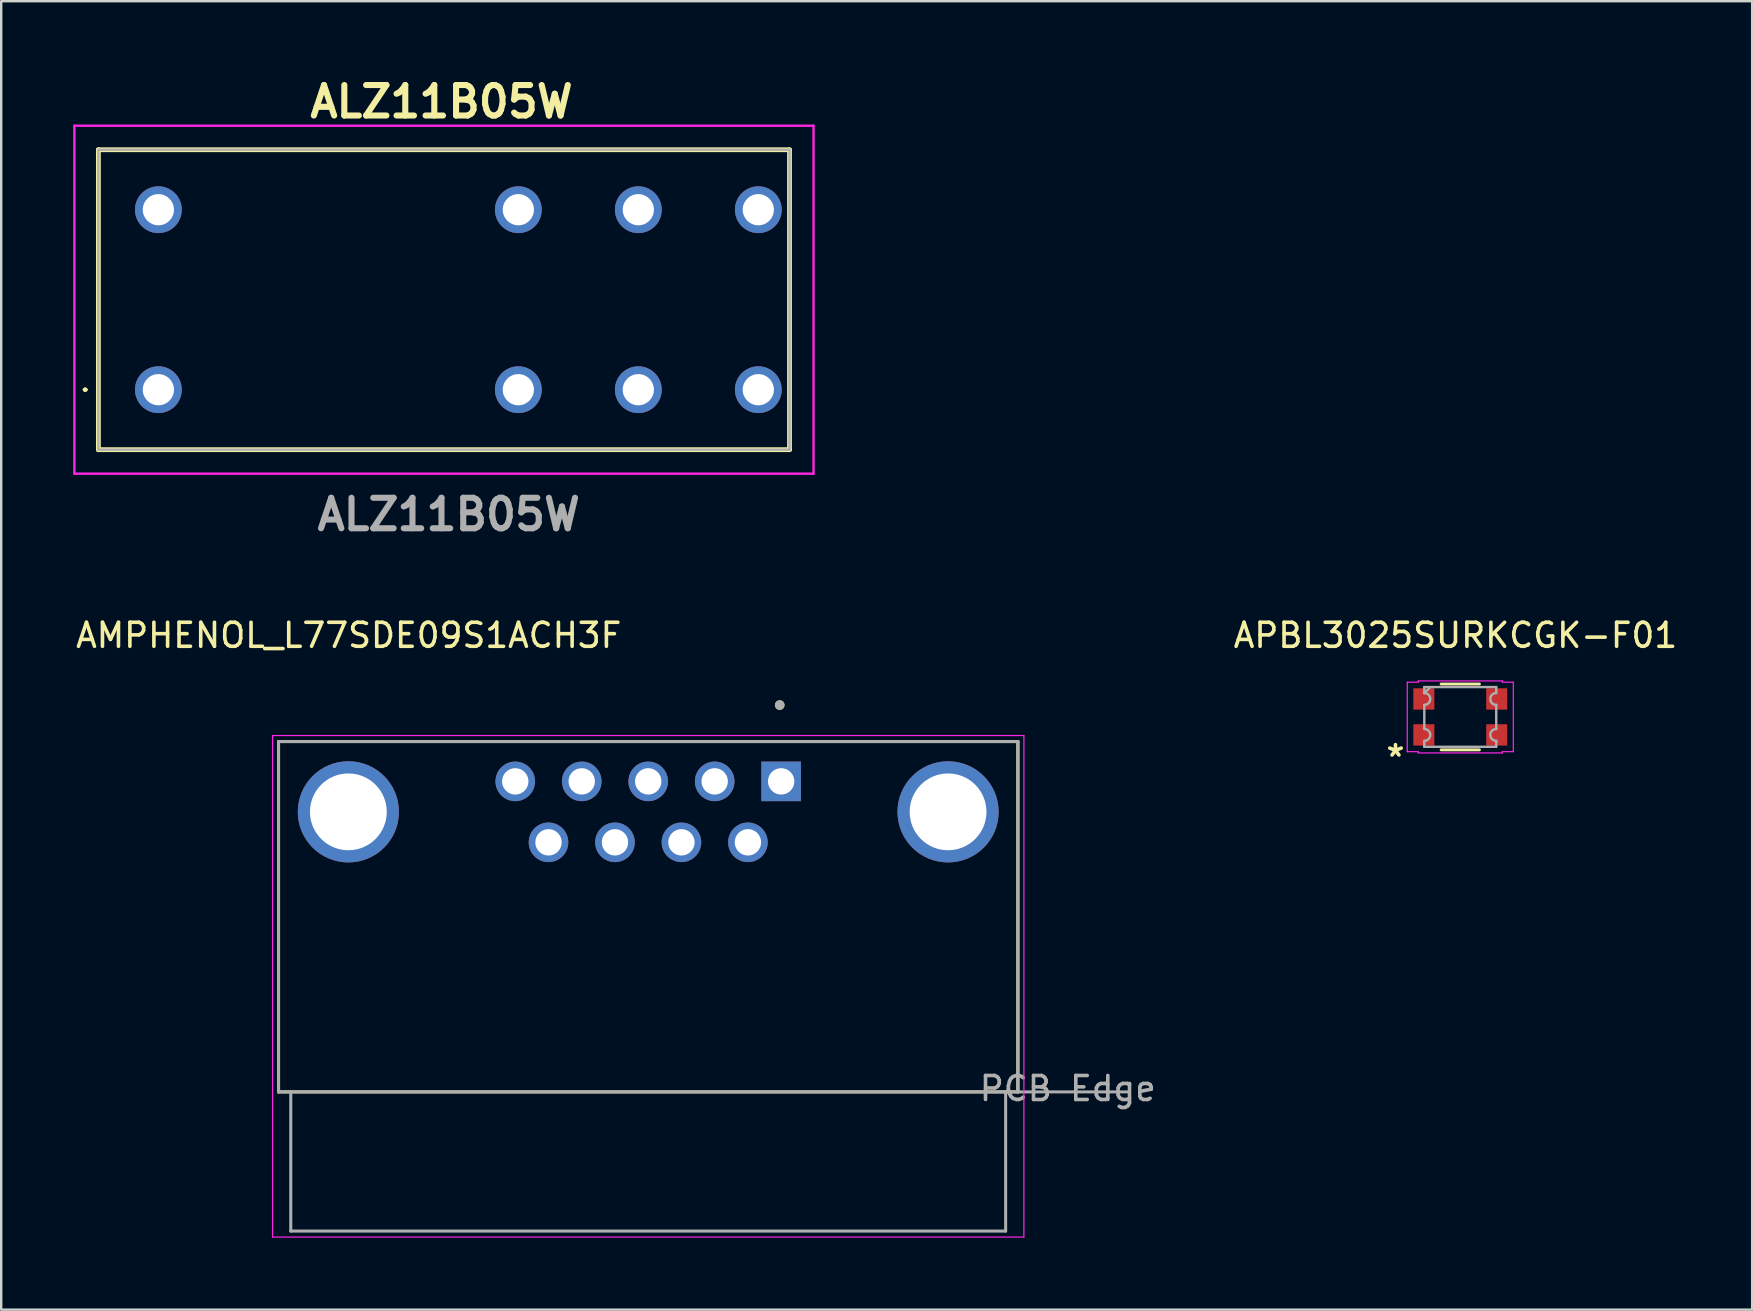
<source format=kicad_pcb>
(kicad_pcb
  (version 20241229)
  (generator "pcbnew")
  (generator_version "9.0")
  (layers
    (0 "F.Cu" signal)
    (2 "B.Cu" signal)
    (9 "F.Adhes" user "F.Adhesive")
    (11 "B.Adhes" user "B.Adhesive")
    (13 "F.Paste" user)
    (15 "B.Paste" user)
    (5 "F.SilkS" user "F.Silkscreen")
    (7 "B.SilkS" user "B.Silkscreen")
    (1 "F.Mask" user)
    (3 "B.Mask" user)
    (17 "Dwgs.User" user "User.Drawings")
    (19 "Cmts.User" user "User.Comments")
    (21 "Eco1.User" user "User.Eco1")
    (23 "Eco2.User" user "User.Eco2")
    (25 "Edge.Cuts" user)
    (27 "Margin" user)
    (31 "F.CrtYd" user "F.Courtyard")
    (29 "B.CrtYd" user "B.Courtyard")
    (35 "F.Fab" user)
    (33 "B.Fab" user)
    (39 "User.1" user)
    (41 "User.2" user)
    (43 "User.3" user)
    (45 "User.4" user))
  (footprint "ALZ11B05W"
    (layer "F.Cu")
    (at 3.55 13.189)
    (property "Reference" "ALZ11B05W" (at 11.8 -12 0) (layer "F.SilkS") (effects (font (size 1.27 1.27) (thickness 0.254))))
    (attr through_hole)
    (fp_line (start -3.1 0) (end -3.1 0) (stroke (width 0.1) (type solid)) (layer "F.SilkS"))
    (fp_line (start -3 0) (end -3 0) (stroke (width 0.1) (type solid)) (layer "F.SilkS"))
    (fp_line (start -2.5 -10) (end 26.3 -10) (stroke (width 0.2) (type solid)) (layer "F.SilkS"))
    (fp_line (start -2.5 2.5) (end -2.5 -10) (stroke (width 0.2) (type solid)) (layer "F.SilkS"))
    (fp_line (start 26.3 -10) (end 26.3 2.5) (stroke (width 0.2) (type solid)) (layer "F.SilkS"))
    (fp_line (start 26.3 2.5) (end -2.5 2.5) (stroke (width 0.2) (type solid)) (layer "F.SilkS"))
    (fp_arc (start -3.1 0) (mid -3.05 -0.05) (end -3 0) (stroke (width 0.1) (type solid)) (layer "F.SilkS"))
    (fp_arc (start -3 0) (mid -3.05 0.05) (end -3.1 0) (stroke (width 0.1) (type solid)) (layer "F.SilkS"))
    (fp_line (start -3.5 -11) (end 27.3 -11) (stroke (width 0.1) (type solid)) (layer "F.CrtYd"))
    (fp_line (start -3.5 3.5) (end -3.5 -11) (stroke (width 0.1) (type solid)) (layer "F.CrtYd"))
    (fp_line (start 27.3 -11) (end 27.3 3.5) (stroke (width 0.1) (type solid)) (layer "F.CrtYd"))
    (fp_line (start 27.3 3.5) (end -3.5 3.5) (stroke (width 0.1) (type solid)) (layer "F.CrtYd"))
    (fp_line (start -2.5 -10) (end -2.5 2.5) (stroke (width 0.1) (type solid)) (layer "F.Fab"))
    (fp_line (start -2.5 2.5) (end 26.3 2.5) (stroke (width 0.1) (type solid)) (layer "F.Fab"))
    (fp_line (start 26.3 -10) (end -2.5 -10) (stroke (width 0.1) (type solid)) (layer "F.Fab"))
    (fp_line (start 26.3 2.5) (end 26.3 -10) (stroke (width 0.1) (type solid)) (layer "F.Fab"))
    (fp_text user "${REFERENCE}" (at 12.1 5.2 0) (layer "F.Fab") (effects (font (size 1.27 1.27) (thickness 0.254))))
    (pad "1" thru_hole circle (at 0 0) (size 1.95 1.95) (drill 1.3) (layers "*.Cu" "*.Mask"))
    (pad "2" thru_hole circle (at 15 0) (size 1.95 1.95) (drill 1.3) (layers "*.Cu" "*.Mask"))
    (pad "3" thru_hole circle (at 20 0) (size 1.95 1.95) (drill 1.3) (layers "*.Cu" "*.Mask"))
    (pad "4" thru_hole circle (at 25 0) (size 1.95 1.95) (drill 1.3) (layers "*.Cu" "*.Mask"))
    (pad "5" thru_hole circle (at 25 -7.5) (size 1.95 1.95) (drill 1.3) (layers "*.Cu" "*.Mask"))
    (pad "6" thru_hole circle (at 20 -7.5) (size 1.95 1.95) (drill 1.3) (layers "*.Cu" "*.Mask"))
    (pad "7" thru_hole circle (at 15 -7.5) (size 1.95 1.95) (drill 1.3) (layers "*.Cu" "*.Mask"))
    (pad "8" thru_hole circle (at 0 -7.5) (size 1.95 1.95) (drill 1.3) (layers "*.Cu" "*.Mask")))
  (footprint "AMPHENOL_L77SDE09S1ACH3F"
    (layer "F.Cu")
    (at 23.962 30.781)
    (property "Reference" "AMPHENOL_L77SDE09S1ACH3F" (at -12.48 -7.355 0) (layer "F.SilkS") (effects (font (size 1 1) (thickness 0.15))))
    (attr through_hole)
    (fp_line (start -15.405 -2.93) (end 15.405 -2.93) (stroke (width 0.127) (type solid)) (layer "F.SilkS"))
    (fp_line (start -15.405 11.67) (end -15.405 -2.93) (stroke (width 0.127) (type solid)) (layer "F.SilkS"))
    (fp_line (start -15.405 11.67) (end 15.405 11.67) (stroke (width 0.127) (type solid)) (layer "F.SilkS"))
    (fp_line (start 15.405 11.67) (end 15.405 -2.93) (stroke (width 0.127) (type solid)) (layer "F.SilkS"))
    (fp_circle (center 5.48 -4.45) (end 5.58 -4.45) (stroke (width 0.2) (type solid)) (fill no) (layer "F.SilkS"))
    (fp_line (start -15.655 -3.18) (end -15.655 17.72) (stroke (width 0.05) (type solid)) (layer "F.CrtYd"))
    (fp_line (start -15.655 17.72) (end 15.655 17.72) (stroke (width 0.05) (type solid)) (layer "F.CrtYd"))
    (fp_line (start 15.655 -3.18) (end -15.655 -3.18) (stroke (width 0.05) (type solid)) (layer "F.CrtYd"))
    (fp_line (start 15.655 17.72) (end 15.655 -3.18) (stroke (width 0.05) (type solid)) (layer "F.CrtYd"))
    (fp_line (start -15.405 -2.93) (end 15.405 -2.93) (stroke (width 0.127) (type solid)) (layer "F.Fab"))
    (fp_line (start -15.405 11.67) (end -15.405 -2.93) (stroke (width 0.127) (type solid)) (layer "F.Fab"))
    (fp_line (start -15.405 11.67) (end -14.895 11.67) (stroke (width 0.127) (type solid)) (layer "F.Fab"))
    (fp_line (start -14.895 11.67) (end -14.895 17.47) (stroke (width 0.127) (type solid)) (layer "F.Fab"))
    (fp_line (start -14.895 11.67) (end 14.895 11.67) (stroke (width 0.127) (type solid)) (layer "F.Fab"))
    (fp_line (start -14.895 17.47) (end 14.895 17.47) (stroke (width 0.127) (type solid)) (layer "F.Fab"))
    (fp_line (start 14.895 11.67) (end 15.405 11.67) (stroke (width 0.127) (type solid)) (layer "F.Fab"))
    (fp_line (start 14.895 17.47) (end 14.895 11.67) (stroke (width 0.127) (type solid)) (layer "F.Fab"))
    (fp_line (start 15.405 11.67) (end 15.405 -2.93) (stroke (width 0.127) (type solid)) (layer "F.Fab"))
    (fp_line (start 15.405 11.67) (end 20.025 11.67) (stroke (width 0.127) (type solid)) (layer "F.Fab"))
    (fp_circle (center 5.48 -4.45) (end 5.58 -4.45) (stroke (width 0.2) (type solid)) (fill no) (layer "F.Fab"))
    (fp_text user "PCB Edge" (at 17.485 11.53 0) (layer "F.Fab") (effects (font (size 1 1) (thickness 0.15))))
    (pad "1" thru_hole rect (at 5.54 -1.27) (size 1.65 1.65) (drill 1.1) (layers "*.Cu" "*.Mask"))
    (pad "2" thru_hole circle (at 2.77 -1.27) (size 1.65 1.65) (drill 1.1) (layers "*.Cu" "*.Mask"))
    (pad "3" thru_hole circle (at 0 -1.27) (size 1.65 1.65) (drill 1.1) (layers "*.Cu" "*.Mask"))
    (pad "4" thru_hole circle (at -2.77 -1.27) (size 1.65 1.65) (drill 1.1) (layers "*.Cu" "*.Mask"))
    (pad "5" thru_hole circle (at -5.54 -1.27) (size 1.65 1.65) (drill 1.1) (layers "*.Cu" "*.Mask"))
    (pad "6" thru_hole circle (at 4.155 1.27) (size 1.65 1.65) (drill 1.1) (layers "*.Cu" "*.Mask"))
    (pad "7" thru_hole circle (at 1.385 1.27) (size 1.65 1.65) (drill 1.1) (layers "*.Cu" "*.Mask"))
    (pad "8" thru_hole circle (at -1.385 1.27) (size 1.65 1.65) (drill 1.1) (layers "*.Cu" "*.Mask"))
    (pad "9" thru_hole circle (at -4.155 1.27) (size 1.65 1.65) (drill 1.1) (layers "*.Cu" "*.Mask"))
    (pad "S1" thru_hole circle (at -12.495 0) (size 4.216 4.216) (drill 3.2) (layers "*.Cu" "*.Mask"))
    (pad "S2" thru_hole circle (at 12.495 0) (size 4.216 4.216) (drill 3.2) (layers "*.Cu" "*.Mask")))
  (footprint "APBL3025SURKCGK-F01"
    (layer "F.Cu")
    (at 57.802 26.826)
    (property "Reference" "APBL3025SURKCGK-F01" (at -0.2 -3.4 0) (layer "F.SilkS") (effects (font (size 1 1) (thickness 0.15))))
    (attr smd)
    (fp_line (start -0.798 -1.372) (end 0.798 -1.372) (stroke (width 0.12) (type solid)) (layer "F.SilkS"))
    (fp_line (start -0.798 1.372) (end 0.798 1.372) (stroke (width 0.12) (type solid)) (layer "F.SilkS"))
    (fp_line (start -2.21 -1.448) (end -1.753 -1.448) (stroke (width 0.05) (type solid)) (layer "F.CrtYd"))
    (fp_line (start -2.21 1.448) (end -2.21 -1.448) (stroke (width 0.05) (type solid)) (layer "F.CrtYd"))
    (fp_line (start -2.21 1.448) (end -1.753 1.448) (stroke (width 0.05) (type solid)) (layer "F.CrtYd"))
    (fp_line (start -1.753 -1.499) (end 1.753 -1.499) (stroke (width 0.05) (type solid)) (layer "F.CrtYd"))
    (fp_line (start -1.753 -1.448) (end -1.753 -1.499) (stroke (width 0.05) (type solid)) (layer "F.CrtYd"))
    (fp_line (start -1.753 1.499) (end -1.753 1.448) (stroke (width 0.05) (type solid)) (layer "F.CrtYd"))
    (fp_line (start 1.753 -1.499) (end 1.753 -1.448) (stroke (width 0.05) (type solid)) (layer "F.CrtYd"))
    (fp_line (start 1.753 -1.448) (end 2.21 -1.448) (stroke (width 0.05) (type solid)) (layer "F.CrtYd"))
    (fp_line (start 1.753 1.448) (end 1.753 1.499) (stroke (width 0.05) (type solid)) (layer "F.CrtYd"))
    (fp_line (start 1.753 1.499) (end -1.753 1.499) (stroke (width 0.05) (type solid)) (layer "F.CrtYd"))
    (fp_line (start 2.21 -1.448) (end 2.21 1.448) (stroke (width 0.05) (type solid)) (layer "F.CrtYd"))
    (fp_line (start 2.21 1.448) (end 1.753 1.448) (stroke (width 0.05) (type solid)) (layer "F.CrtYd"))
    (fp_line (start -1.499 -1.245) (end 1.499 -1.245) (stroke (width 0.1) (type solid)) (layer "F.Fab"))
    (fp_line (start -1.499 -0.997) (end -1.499 -1.245) (stroke (width 0.1) (type solid)) (layer "F.Fab"))
    (fp_line (start -1.499 -0.502) (end -1.499 0.502) (stroke (width 0.1) (type solid)) (layer "F.Fab"))
    (fp_line (start -1.499 0.997) (end -1.499 1.245) (stroke (width 0.1) (type solid)) (layer "F.Fab"))
    (fp_line (start -1.499 1.245) (end 1.499 1.245) (stroke (width 0.1) (type solid)) (layer "F.Fab"))
    (fp_line (start -1.245 -1.245) (end -1.499 -0.991) (stroke (width 0.1) (type solid)) (layer "F.Fab"))
    (fp_line (start 1.499 -0.997) (end 1.499 -1.245) (stroke (width 0.1) (type solid)) (layer "F.Fab"))
    (fp_line (start 1.499 -0.502) (end 1.499 0.502) (stroke (width 0.1) (type solid)) (layer "F.Fab"))
    (fp_line (start 1.499 0.997) (end 1.499 1.245) (stroke (width 0.1) (type solid)) (layer "F.Fab"))
    (fp_arc (start -1.4986 -0.99695) (mid -1.25095 -0.7493) (end -1.4986 -0.50165) (stroke (width 0.1) (type solid)) (layer "F.Fab"))
    (fp_arc (start -1.4986 0.50165) (mid -1.25095 0.7493) (end -1.4986 0.99695) (stroke (width 0.1) (type solid)) (layer "F.Fab"))
    (fp_arc (start 1.4986 -0.50165) (mid 1.25095 -0.7493) (end 1.4986 -0.99695) (stroke (width 0.1) (type solid)) (layer "F.Fab"))
    (fp_arc (start 1.4986 0.99695) (mid 1.25095 0.7493) (end 1.4986 0.50165) (stroke (width 0.1) (type solid)) (layer "F.Fab"))
    (fp_text user "*" (at -2.7 1.7 0) (layer "F.SilkS") (effects (font (size 1 1) (thickness 0.15))))
    (pad "1" smd rect (at -1.518 0.749) (size 0.876 0.889) (layers "F.Cu" "F.Mask" "F.Paste"))
    (pad "2" smd rect (at 1.518 0.749) (size 0.876 0.889) (layers "F.Cu" "F.Mask" "F.Paste"))
    (pad "3" smd rect (at -1.518 -0.749) (size 0.876 0.889) (layers "F.Cu" "F.Mask" "F.Paste"))
    (pad "4" smd rect (at 1.518 -0.749) (size 0.876 0.889) (layers "F.Cu" "F.Mask" "F.Paste")))
  (gr_rect
    (start -3 -3)
    (end 69.965 51.526)
    (stroke (width 0.1) (type default))
    (fill no)
    (layer "Edge.Cuts")))
</source>
